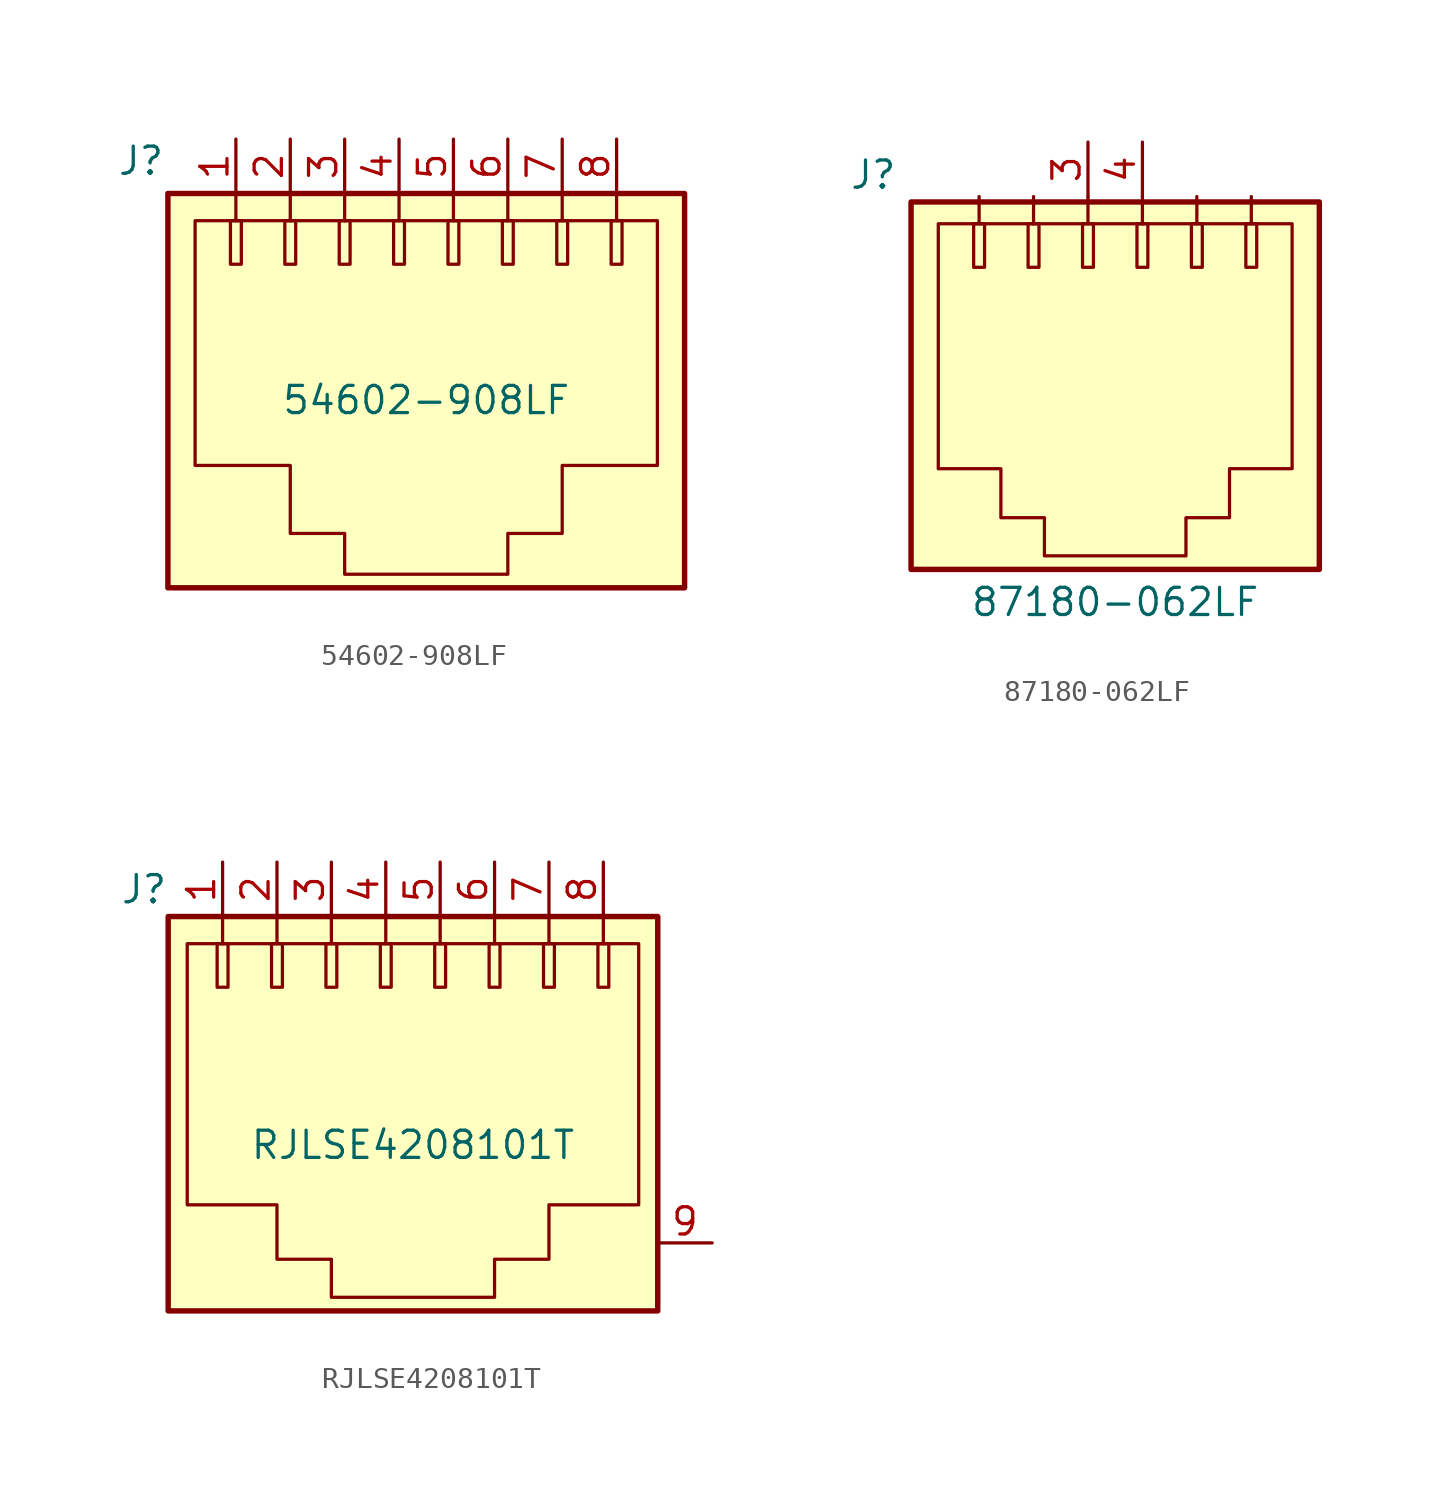
<source format=kicad_sym>
(kicad_symbol_lib
  (version 20201005)
  (generator kicad_symbol_editor)
  (symbol "54602-908LF"
    (pin_names
      (offset 1.016))
    (property "Reference" "J"
      (at -10.922 9.144 0)
      (effects (font (size 1.27 1.27)) (justify right)))
    (property "Value" "54602-908LF"
      (at 1.27 -2.032 0)
      (effects (font (size 1.27 1.27))))
    (symbol "54602-908LF_0_1"
      (rectangle (start -10.795 7.62) (end 13.335 -10.795) (stroke (width 0.254)) (fill (type background)))
      (rectangle (start -7.874 6.35) (end -7.366 4.318) (stroke (width 0)) (fill (type none)))
      (rectangle (start -5.334 6.35) (end -4.826 4.318) (stroke (width 0)) (fill (type none)))
      (rectangle (start -2.794 6.35) (end -2.286 4.318) (stroke (width 0)) (fill (type none)))
      (rectangle (start -0.254 6.35) (end 0.254 4.318) (stroke (width 0)) (fill (type none)))
      (rectangle (start 2.286 6.35) (end 2.794 4.318) (stroke (width 0)) (fill (type none)))
      (rectangle (start 4.826 6.35) (end 5.334 4.318) (stroke (width 0)) (fill (type none)))
      (rectangle (start 7.366 6.35) (end 7.874 4.318) (stroke (width 0)) (fill (type none)))
      (rectangle (start 9.906 6.35) (end 10.414 4.318) (stroke (width 0)) (fill (type none)))
      (polyline (pts (xy -7.62 7.62) (xy -7.62 6.35)) (stroke (width 0)) (fill (type none)))
      (polyline (pts (xy -5.08 7.62) (xy -5.08 6.35)) (stroke (width 0)) (fill (type none)))
      (polyline (pts (xy -2.54 7.62) (xy -2.54 6.35)) (stroke (width 0)) (fill (type none)))
      (polyline (pts (xy 0 7.62) (xy 0 6.35)) (stroke (width 0)) (fill (type none)))
      (polyline (pts (xy 2.54 7.62) (xy 2.54 6.35)) (stroke (width 0)) (fill (type none)))
      (polyline (pts (xy 5.08 7.62) (xy 5.08 6.35)) (stroke (width 0)) (fill (type none)))
      (polyline (pts (xy 7.62 7.62) (xy 7.62 6.35)) (stroke (width 0)) (fill (type none)))
      (polyline (pts (xy 10.16 7.62) (xy 10.16 6.35)) (stroke (width 0)) (fill (type none)))
      (polyline (pts (xy -9.525 6.35) (xy 12.065 6.35) (xy 12.065 -5.08) (xy 7.62 -5.08) (xy 7.62 -8.255) (xy 5.08 -8.255) (xy 5.08 -10.16) (xy -2.54 -10.16) (xy -2.54 -8.255) (xy -5.08 -8.255) (xy -5.08 -5.08) (xy -9.525 -5.08) (xy -9.525 6.35)) (stroke (width 0)) (fill (type none))))
    (symbol "54602-908LF_1_1"
      (pin passive line (at -7.62 10.16 270) (length 2.54) (name "~" (effects (font (size 1.27 1.27)))) (number "1" (effects (font (size 1.27 1.27)))))
      (pin passive line (at -5.08 10.16 270) (length 2.54) (name "~" (effects (font (size 1.27 1.27)))) (number "2" (effects (font (size 1.27 1.27)))))
      (pin passive line (at -2.54 10.16 270) (length 2.54) (name "~" (effects (font (size 1.27 1.27)))) (number "3" (effects (font (size 1.27 1.27)))))
      (pin passive line (at 0 10.16 270) (length 2.54) (name "~" (effects (font (size 1.27 1.27)))) (number "4" (effects (font (size 1.27 1.27)))))
      (pin passive line (at 2.54 10.16 270) (length 2.54) (name "~" (effects (font (size 1.27 1.27)))) (number "5" (effects (font (size 1.27 1.27)))))
      (pin passive line (at 5.08 10.16 270) (length 2.54) (name "~" (effects (font (size 1.27 1.27)))) (number "6" (effects (font (size 1.27 1.27)))))
      (pin passive line (at 7.62 10.16 270) (length 2.54) (name "~" (effects (font (size 1.27 1.27)))) (number "7" (effects (font (size 1.27 1.27)))))
      (pin passive line (at 10.16 10.16 270) (length 2.54) (name "~" (effects (font (size 1.27 1.27)))) (number "8" (effects (font (size 1.27 1.27)))))))
  (symbol "87180-062LF"
    (pin_names
      (offset 1.016))
    (property "Reference" "J"
      (at -11.43 8.636 0)
      (effects (font (size 1.27 1.27)) (justify right)))
    (property "Value" "87180-062LF"
      (at -1.27 -11.303 0)
      (effects (font (size 1.27 1.27))))
    (symbol "87180-062LF_0_1"
      (rectangle (start -10.795 7.366) (end 8.255 -9.779) (stroke (width 0.254)) (fill (type background)))
      (rectangle (start -7.874 6.35) (end -7.366 4.318) (stroke (width 0)) (fill (type none)))
      (rectangle (start -5.334 6.35) (end -4.826 4.318) (stroke (width 0)) (fill (type none)))
      (rectangle (start -2.794 6.35) (end -2.286 4.318) (stroke (width 0)) (fill (type none)))
      (rectangle (start -0.254 6.35) (end 0.254 4.318) (stroke (width 0)) (fill (type none)))
      (rectangle (start 2.286 6.35) (end 2.794 4.318) (stroke (width 0)) (fill (type none)))
      (rectangle (start 4.826 6.35) (end 5.334 4.318) (stroke (width 0)) (fill (type none)))
      (polyline (pts (xy -7.62 7.62) (xy -7.62 6.35)) (stroke (width 0)) (fill (type none)))
      (polyline (pts (xy -5.08 7.62) (xy -5.08 6.35)) (stroke (width 0)) (fill (type none)))
      (polyline (pts (xy -2.54 7.62) (xy -2.54 6.35)) (stroke (width 0)) (fill (type none)))
      (polyline (pts (xy 0 7.62) (xy 0 6.35)) (stroke (width 0)) (fill (type none)))
      (polyline (pts (xy 2.54 7.62) (xy 2.54 6.35)) (stroke (width 0)) (fill (type none)))
      (polyline (pts (xy 5.08 7.62) (xy 5.08 6.35)) (stroke (width 0)) (fill (type none)))
      (polyline (pts (xy -9.525 6.35) (xy 6.985 6.35) (xy 6.985 -5.08) (xy 4.064 -5.08) (xy 4.064 -7.366) (xy 2.032 -7.366) (xy 2.032 -9.144) (xy -4.572 -9.144) (xy -4.572 -7.366) (xy -6.604 -7.366) (xy -6.604 -5.08) (xy -9.525 -5.08) (xy -9.525 6.35)) (stroke (width 0)) (fill (type none))))
    (symbol "87180-062LF_1_1"
      (pin passive line (at -2.54 10.16 270) (length 2.54) (name "~" (effects (font (size 1.27 1.27)))) (number "3" (effects (font (size 1.27 1.27)))))
      (pin passive line (at 0 10.16 270) (length 2.54) (name "~" (effects (font (size 1.27 1.27)))) (number "4" (effects (font (size 1.27 1.27)))))))
  (symbol "RJLSE4208101T"
    (pin_names
      (offset 1.016))
    (property "Reference" "J"
      (at -10.16 8.89 0)
      (effects (font (size 1.27 1.27)) (justify right)))
    (property "Value" "RJLSE4208101T"
      (at 1.27 -3.048 0)
      (effects (font (size 1.27 1.27))))
    (symbol "RJLSE4208101T_0_1"
      (rectangle (start -10.16 7.62) (end 12.7 -10.795) (stroke (width 0.254)) (fill (type background)))
      (rectangle (start -7.874 6.35) (end -7.366 4.318) (stroke (width 0)) (fill (type none)))
      (rectangle (start -5.334 6.35) (end -4.826 4.318) (stroke (width 0)) (fill (type none)))
      (rectangle (start -2.794 6.35) (end -2.286 4.318) (stroke (width 0)) (fill (type none)))
      (rectangle (start -0.254 6.35) (end 0.254 4.318) (stroke (width 0)) (fill (type none)))
      (rectangle (start 2.286 6.35) (end 2.794 4.318) (stroke (width 0)) (fill (type none)))
      (rectangle (start 4.826 6.35) (end 5.334 4.318) (stroke (width 0)) (fill (type none)))
      (rectangle (start 7.366 6.35) (end 7.874 4.318) (stroke (width 0)) (fill (type none)))
      (rectangle (start 9.906 6.35) (end 10.414 4.318) (stroke (width 0)) (fill (type none)))
      (polyline (pts (xy -7.62 7.62) (xy -7.62 6.35)) (stroke (width 0)) (fill (type none)))
      (polyline (pts (xy -5.08 7.62) (xy -5.08 6.35)) (stroke (width 0)) (fill (type none)))
      (polyline (pts (xy -2.54 7.62) (xy -2.54 6.35)) (stroke (width 0)) (fill (type none)))
      (polyline (pts (xy 0 7.62) (xy 0 6.35)) (stroke (width 0)) (fill (type none)))
      (polyline (pts (xy 2.54 7.62) (xy 2.54 6.35)) (stroke (width 0)) (fill (type none)))
      (polyline (pts (xy 5.08 7.62) (xy 5.08 6.35)) (stroke (width 0)) (fill (type none)))
      (polyline (pts (xy 7.62 7.62) (xy 7.62 6.35)) (stroke (width 0)) (fill (type none)))
      (polyline (pts (xy 10.16 7.62) (xy 10.16 6.35)) (stroke (width 0)) (fill (type none)))
      (polyline (pts (xy -9.271 6.35) (xy 11.811 6.35) (xy 11.811 -5.842) (xy 7.62 -5.842) (xy 7.62 -8.382) (xy 5.08 -8.382) (xy 5.08 -10.16) (xy -2.54 -10.16) (xy -2.54 -8.382) (xy -5.08 -8.382) (xy -5.08 -5.842) (xy -9.271 -5.842) (xy -9.271 6.35)) (stroke (width 0)) (fill (type none))))
    (symbol "RJLSE4208101T_1_1"
      (pin passive line (at -7.62 10.16 270) (length 2.54) (name "~" (effects (font (size 1.27 1.27)))) (number "1" (effects (font (size 1.27 1.27)))))
      (pin passive line (at -5.08 10.16 270) (length 2.54) (name "~" (effects (font (size 1.27 1.27)))) (number "2" (effects (font (size 1.27 1.27)))))
      (pin passive line (at -2.54 10.16 270) (length 2.54) (name "~" (effects (font (size 1.27 1.27)))) (number "3" (effects (font (size 1.27 1.27)))))
      (pin passive line (at 0 10.16 270) (length 2.54) (name "~" (effects (font (size 1.27 1.27)))) (number "4" (effects (font (size 1.27 1.27)))))
      (pin passive line (at 2.54 10.16 270) (length 2.54) (name "~" (effects (font (size 1.27 1.27)))) (number "5" (effects (font (size 1.27 1.27)))))
      (pin passive line (at 5.08 10.16 270) (length 2.54) (name "~" (effects (font (size 1.27 1.27)))) (number "6" (effects (font (size 1.27 1.27)))))
      (pin passive line (at 7.62 10.16 270) (length 2.54) (name "~" (effects (font (size 1.27 1.27)))) (number "7" (effects (font (size 1.27 1.27)))))
      (pin passive line (at 10.16 10.16 270) (length 2.54) (name "~" (effects (font (size 1.27 1.27)))) (number "8" (effects (font (size 1.27 1.27)))))
      (pin unspecified line (at 15.24 -7.62 180) (length 2.54) (name "~" (effects (font (size 1.27 1.27)))) (number "9" (effects (font (size 1.27 1.27))))))))
</source>
